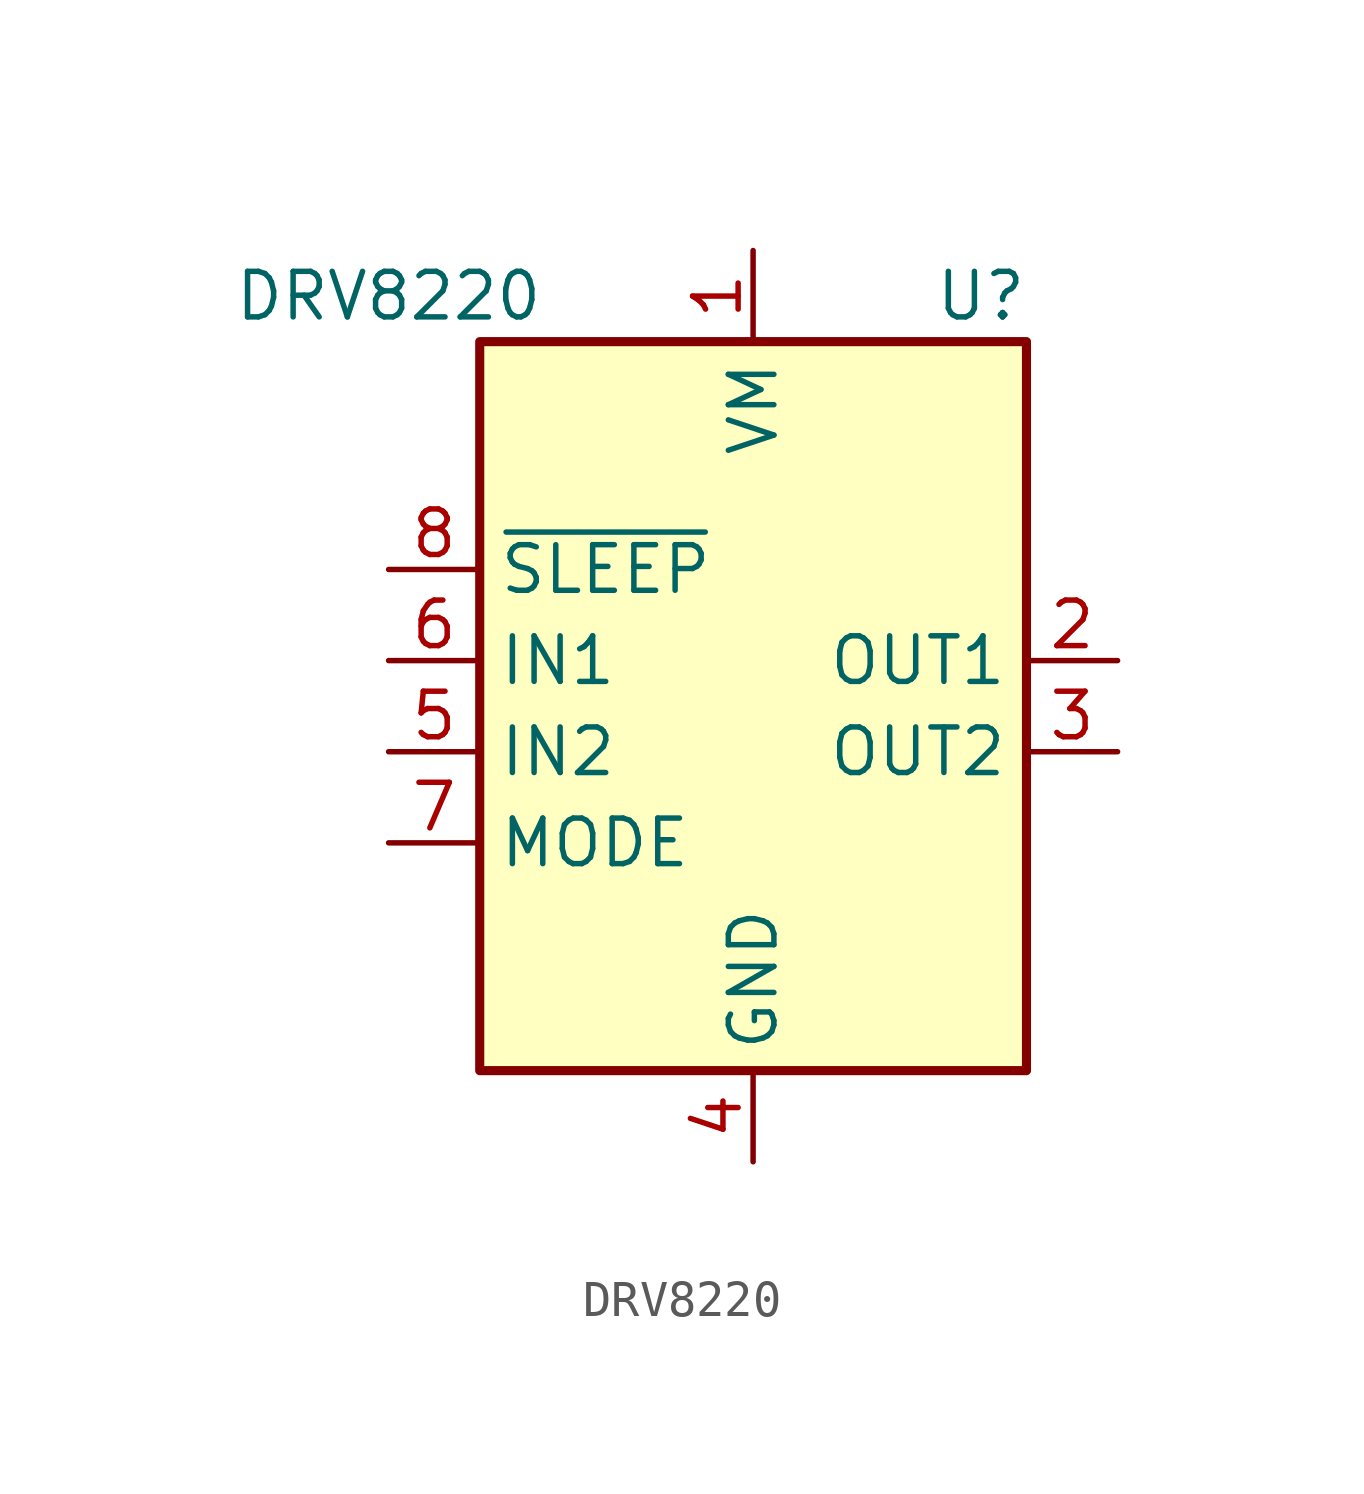
<source format=kicad_sym>
(kicad_symbol_lib
  (version 20231120)
  (generator "kicad_symbol_editor")
  (generator_version "8.0")
  (symbol "DRV8220"
    (property "Reference" "U"
      (at 6.35 11.43 0)
      (effects (font (size 1.27 1.27))))
    (property "Value" "DRV8220"
      (at -10.16 11.43 0)
      (effects (font (size 1.27 1.27))))
    (symbol "DRV8220_0_1"
      (rectangle (start -7.62 10.16) (end 7.62 -10.16) (stroke (width 0.254) (type default)) (fill (type background))))
    (symbol "DRV8220_1_1"
      (pin power_in line (at 0 12.7 270) (length 2.54) (name "VM" (effects (font (size 1.27 1.27)))) (number "1" (effects (font (size 1.27 1.27)))))
      (pin output line (at 10.16 1.27 180) (length 2.54) (name "OUT1" (effects (font (size 1.27 1.27)))) (number "2" (effects (font (size 1.27 1.27)))))
      (pin output line (at 10.16 -1.27 180) (length 2.54) (name "OUT2" (effects (font (size 1.27 1.27)))) (number "3" (effects (font (size 1.27 1.27)))))
      (pin power_in line (at 0 -12.7 90) (length 2.54) (name "GND" (effects (font (size 1.27 1.27)))) (number "4" (effects (font (size 1.27 1.27)))))
      (pin input line (at -10.16 -1.27 0) (length 2.54) (name "IN2" (effects (font (size 1.27 1.27)))) (number "5" (effects (font (size 1.27 1.27)))))
      (pin input line (at -10.16 1.27 0) (length 2.54) (name "IN1" (effects (font (size 1.27 1.27)))) (number "6" (effects (font (size 1.27 1.27)))))
      (pin input line (at -10.16 -3.81 0) (length 2.54) (name "MODE" (effects (font (size 1.27 1.27)))) (number "7" (effects (font (size 1.27 1.27)))))
      (pin input line (at -10.16 3.81 0) (length 2.54) (name "~{SLEEP}" (effects (font (size 1.27 1.27)))) (number "8" (effects (font (size 1.27 1.27)))))
      (pin passive line (at 0 -12.7 90) (length 2.54) hide (name "GND" (effects (font (size 1.27 1.27)))) (number "9" (effects (font (size 1.27 1.27))))))))
</source>
